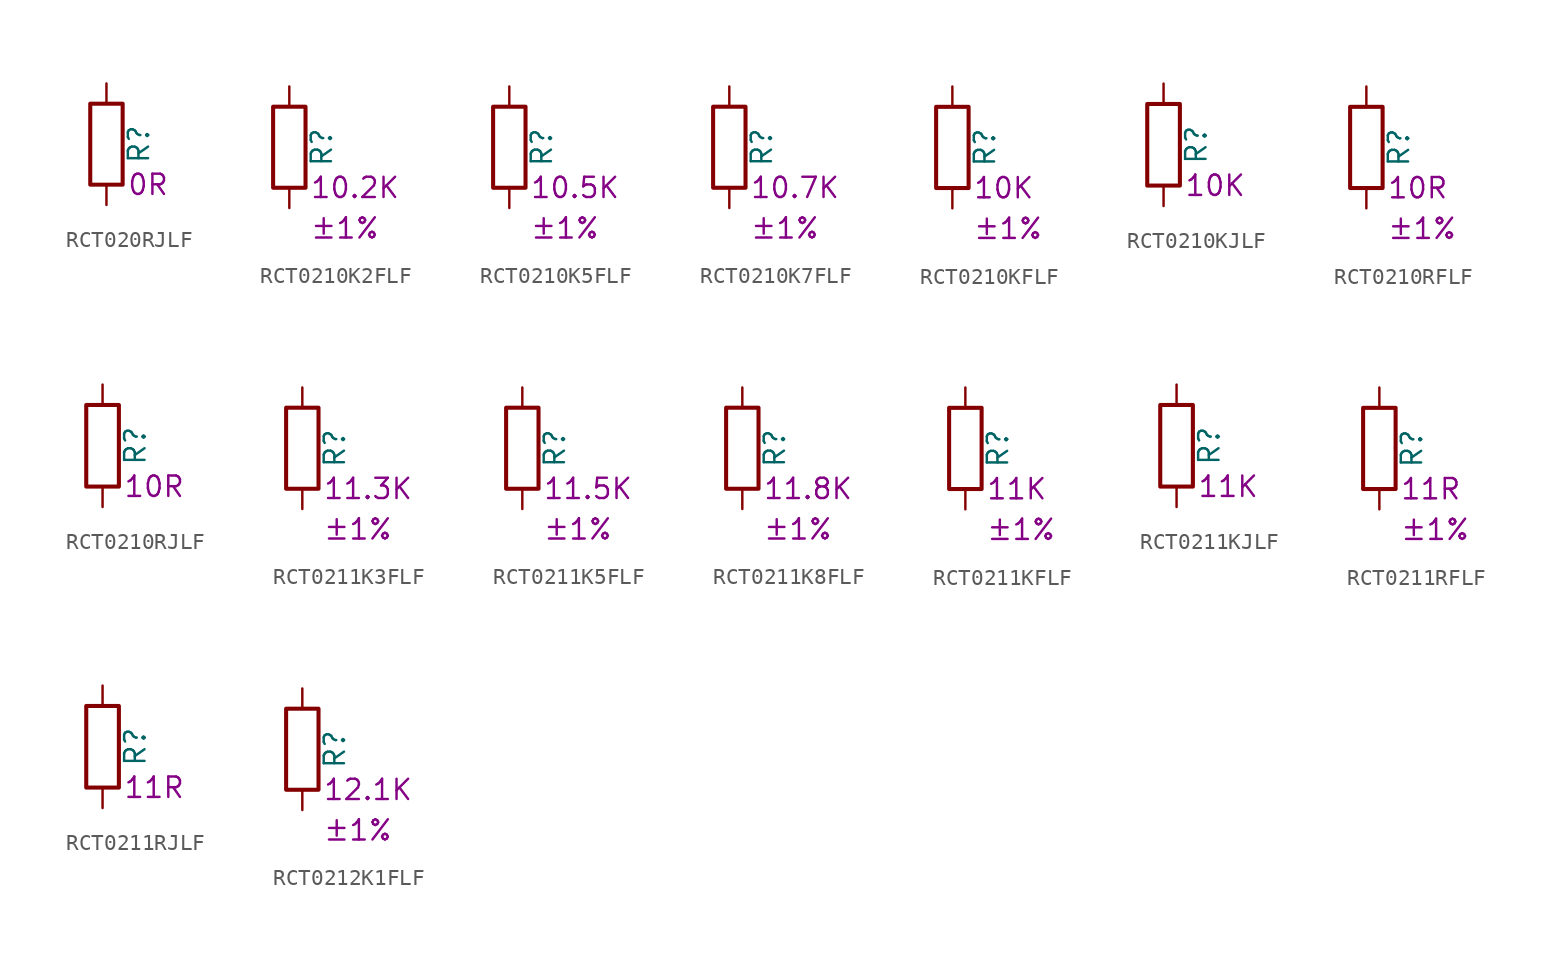
<source format=kicad_sym>
(kicad_symbol_lib
  (version 20220914)
  (generator kicad_symbol_editor)
  (symbol "RCT020RJLF"
    (pin_numbers hide)
    (pin_names
      (offset 0))
    (property "Reference" "R"
      (at 2.032 0 90)
      (effects (font (size 1.27 1.27))))
    (property "Resistance" "0R"
      (at 1.27 -2.54 0)
      (effects (font (size 1.27 1.27)) (justify left)))
    (symbol "RCT020RJLF_0_1"
      (rectangle (start -1.016 -2.54) (end 1.016 2.54) (stroke (width 0.254) (type default)) (fill (type none))))
    (symbol "RCT020RJLF_1_1"
      (pin passive line (at 0 3.81 270) (length 1.27) (name "~" (effects (font (size 1.27 1.27)))) (number "1" (effects (font (size 1.27 1.27)))))
      (pin passive line (at 0 -3.81 90) (length 1.27) (name "~" (effects (font (size 1.27 1.27)))) (number "2" (effects (font (size 1.27 1.27)))))))
  (symbol "RCT0210K2FLF"
    (pin_numbers hide)
    (pin_names
      (offset 0))
    (property "Reference" "R"
      (at 2.032 0 90)
      (effects (font (size 1.27 1.27))))
    (property "Resistance" "10.2K"
      (at 1.27 -2.54 0)
      (effects (font (size 1.27 1.27)) (justify left)))
    (property "Tolerance" "±1%"
      (at 1.27 -5.08 0)
      (effects (font (size 1.27 1.27)) (justify left)))
    (symbol "RCT0210K2FLF_0_1"
      (rectangle (start -1.016 -2.54) (end 1.016 2.54) (stroke (width 0.254) (type default)) (fill (type none))))
    (symbol "RCT0210K2FLF_1_1"
      (pin passive line (at 0 3.81 270) (length 1.27) (name "~" (effects (font (size 1.27 1.27)))) (number "1" (effects (font (size 1.27 1.27)))))
      (pin passive line (at 0 -3.81 90) (length 1.27) (name "~" (effects (font (size 1.27 1.27)))) (number "2" (effects (font (size 1.27 1.27)))))))
  (symbol "RCT0210K5FLF"
    (pin_numbers hide)
    (pin_names
      (offset 0))
    (property "Reference" "R"
      (at 2.032 0 90)
      (effects (font (size 1.27 1.27))))
    (property "Resistance" "10.5K"
      (at 1.27 -2.54 0)
      (effects (font (size 1.27 1.27)) (justify left)))
    (property "Tolerance" "±1%"
      (at 1.27 -5.08 0)
      (effects (font (size 1.27 1.27)) (justify left)))
    (symbol "RCT0210K5FLF_0_1"
      (rectangle (start -1.016 -2.54) (end 1.016 2.54) (stroke (width 0.254) (type default)) (fill (type none))))
    (symbol "RCT0210K5FLF_1_1"
      (pin passive line (at 0 3.81 270) (length 1.27) (name "~" (effects (font (size 1.27 1.27)))) (number "1" (effects (font (size 1.27 1.27)))))
      (pin passive line (at 0 -3.81 90) (length 1.27) (name "~" (effects (font (size 1.27 1.27)))) (number "2" (effects (font (size 1.27 1.27)))))))
  (symbol "RCT0210K7FLF"
    (pin_numbers hide)
    (pin_names
      (offset 0))
    (property "Reference" "R"
      (at 2.032 0 90)
      (effects (font (size 1.27 1.27))))
    (property "Resistance" "10.7K"
      (at 1.27 -2.54 0)
      (effects (font (size 1.27 1.27)) (justify left)))
    (property "Tolerance" "±1%"
      (at 1.27 -5.08 0)
      (effects (font (size 1.27 1.27)) (justify left)))
    (symbol "RCT0210K7FLF_0_1"
      (rectangle (start -1.016 -2.54) (end 1.016 2.54) (stroke (width 0.254) (type default)) (fill (type none))))
    (symbol "RCT0210K7FLF_1_1"
      (pin passive line (at 0 3.81 270) (length 1.27) (name "~" (effects (font (size 1.27 1.27)))) (number "1" (effects (font (size 1.27 1.27)))))
      (pin passive line (at 0 -3.81 90) (length 1.27) (name "~" (effects (font (size 1.27 1.27)))) (number "2" (effects (font (size 1.27 1.27)))))))
  (symbol "RCT0210KFLF"
    (pin_numbers hide)
    (pin_names
      (offset 0))
    (property "Reference" "R"
      (at 2.032 0 90)
      (effects (font (size 1.27 1.27))))
    (property "Resistance" "10K"
      (at 1.27 -2.54 0)
      (effects (font (size 1.27 1.27)) (justify left)))
    (property "Tolerance" "±1%"
      (at 1.27 -5.08 0)
      (effects (font (size 1.27 1.27)) (justify left)))
    (symbol "RCT0210KFLF_0_1"
      (rectangle (start -1.016 -2.54) (end 1.016 2.54) (stroke (width 0.254) (type default)) (fill (type none))))
    (symbol "RCT0210KFLF_1_1"
      (pin passive line (at 0 3.81 270) (length 1.27) (name "~" (effects (font (size 1.27 1.27)))) (number "1" (effects (font (size 1.27 1.27)))))
      (pin passive line (at 0 -3.81 90) (length 1.27) (name "~" (effects (font (size 1.27 1.27)))) (number "2" (effects (font (size 1.27 1.27)))))))
  (symbol "RCT0210KJLF"
    (pin_numbers hide)
    (pin_names
      (offset 0))
    (property "Reference" "R"
      (at 2.032 0 90)
      (effects (font (size 1.27 1.27))))
    (property "Resistance" "10K"
      (at 1.27 -2.54 0)
      (effects (font (size 1.27 1.27)) (justify left)))
    (symbol "RCT0210KJLF_0_1"
      (rectangle (start -1.016 -2.54) (end 1.016 2.54) (stroke (width 0.254) (type default)) (fill (type none))))
    (symbol "RCT0210KJLF_1_1"
      (pin passive line (at 0 3.81 270) (length 1.27) (name "~" (effects (font (size 1.27 1.27)))) (number "1" (effects (font (size 1.27 1.27)))))
      (pin passive line (at 0 -3.81 90) (length 1.27) (name "~" (effects (font (size 1.27 1.27)))) (number "2" (effects (font (size 1.27 1.27)))))))
  (symbol "RCT0210RFLF"
    (pin_numbers hide)
    (pin_names
      (offset 0))
    (property "Reference" "R"
      (at 2.032 0 90)
      (effects (font (size 1.27 1.27))))
    (property "Resistance" "10R"
      (at 1.27 -2.54 0)
      (effects (font (size 1.27 1.27)) (justify left)))
    (property "Tolerance" "±1%"
      (at 1.27 -5.08 0)
      (effects (font (size 1.27 1.27)) (justify left)))
    (symbol "RCT0210RFLF_0_1"
      (rectangle (start -1.016 -2.54) (end 1.016 2.54) (stroke (width 0.254) (type default)) (fill (type none))))
    (symbol "RCT0210RFLF_1_1"
      (pin passive line (at 0 3.81 270) (length 1.27) (name "~" (effects (font (size 1.27 1.27)))) (number "1" (effects (font (size 1.27 1.27)))))
      (pin passive line (at 0 -3.81 90) (length 1.27) (name "~" (effects (font (size 1.27 1.27)))) (number "2" (effects (font (size 1.27 1.27)))))))
  (symbol "RCT0210RJLF"
    (pin_numbers hide)
    (pin_names
      (offset 0))
    (property "Reference" "R"
      (at 2.032 0 90)
      (effects (font (size 1.27 1.27))))
    (property "Resistance" "10R"
      (at 1.27 -2.54 0)
      (effects (font (size 1.27 1.27)) (justify left)))
    (symbol "RCT0210RJLF_0_1"
      (rectangle (start -1.016 -2.54) (end 1.016 2.54) (stroke (width 0.254) (type default)) (fill (type none))))
    (symbol "RCT0210RJLF_1_1"
      (pin passive line (at 0 3.81 270) (length 1.27) (name "~" (effects (font (size 1.27 1.27)))) (number "1" (effects (font (size 1.27 1.27)))))
      (pin passive line (at 0 -3.81 90) (length 1.27) (name "~" (effects (font (size 1.27 1.27)))) (number "2" (effects (font (size 1.27 1.27)))))))
  (symbol "RCT0211K3FLF"
    (pin_numbers hide)
    (pin_names
      (offset 0))
    (property "Reference" "R"
      (at 2.032 0 90)
      (effects (font (size 1.27 1.27))))
    (property "Resistance" "11.3K"
      (at 1.27 -2.54 0)
      (effects (font (size 1.27 1.27)) (justify left)))
    (property "Tolerance" "±1%"
      (at 1.27 -5.08 0)
      (effects (font (size 1.27 1.27)) (justify left)))
    (symbol "RCT0211K3FLF_0_1"
      (rectangle (start -1.016 -2.54) (end 1.016 2.54) (stroke (width 0.254) (type default)) (fill (type none))))
    (symbol "RCT0211K3FLF_1_1"
      (pin passive line (at 0 3.81 270) (length 1.27) (name "~" (effects (font (size 1.27 1.27)))) (number "1" (effects (font (size 1.27 1.27)))))
      (pin passive line (at 0 -3.81 90) (length 1.27) (name "~" (effects (font (size 1.27 1.27)))) (number "2" (effects (font (size 1.27 1.27)))))))
  (symbol "RCT0211K5FLF"
    (pin_numbers hide)
    (pin_names
      (offset 0))
    (property "Reference" "R"
      (at 2.032 0 90)
      (effects (font (size 1.27 1.27))))
    (property "Resistance" "11.5K"
      (at 1.27 -2.54 0)
      (effects (font (size 1.27 1.27)) (justify left)))
    (property "Tolerance" "±1%"
      (at 1.27 -5.08 0)
      (effects (font (size 1.27 1.27)) (justify left)))
    (symbol "RCT0211K5FLF_0_1"
      (rectangle (start -1.016 -2.54) (end 1.016 2.54) (stroke (width 0.254) (type default)) (fill (type none))))
    (symbol "RCT0211K5FLF_1_1"
      (pin passive line (at 0 3.81 270) (length 1.27) (name "~" (effects (font (size 1.27 1.27)))) (number "1" (effects (font (size 1.27 1.27)))))
      (pin passive line (at 0 -3.81 90) (length 1.27) (name "~" (effects (font (size 1.27 1.27)))) (number "2" (effects (font (size 1.27 1.27)))))))
  (symbol "RCT0211K8FLF"
    (pin_numbers hide)
    (pin_names
      (offset 0))
    (property "Reference" "R"
      (at 2.032 0 90)
      (effects (font (size 1.27 1.27))))
    (property "Resistance" "11.8K"
      (at 1.27 -2.54 0)
      (effects (font (size 1.27 1.27)) (justify left)))
    (property "Tolerance" "±1%"
      (at 1.27 -5.08 0)
      (effects (font (size 1.27 1.27)) (justify left)))
    (symbol "RCT0211K8FLF_0_1"
      (rectangle (start -1.016 -2.54) (end 1.016 2.54) (stroke (width 0.254) (type default)) (fill (type none))))
    (symbol "RCT0211K8FLF_1_1"
      (pin passive line (at 0 3.81 270) (length 1.27) (name "~" (effects (font (size 1.27 1.27)))) (number "1" (effects (font (size 1.27 1.27)))))
      (pin passive line (at 0 -3.81 90) (length 1.27) (name "~" (effects (font (size 1.27 1.27)))) (number "2" (effects (font (size 1.27 1.27)))))))
  (symbol "RCT0211KFLF"
    (pin_numbers hide)
    (pin_names
      (offset 0))
    (property "Reference" "R"
      (at 2.032 0 90)
      (effects (font (size 1.27 1.27))))
    (property "Resistance" "11K"
      (at 1.27 -2.54 0)
      (effects (font (size 1.27 1.27)) (justify left)))
    (property "Tolerance" "±1%"
      (at 1.27 -5.08 0)
      (effects (font (size 1.27 1.27)) (justify left)))
    (symbol "RCT0211KFLF_0_1"
      (rectangle (start -1.016 -2.54) (end 1.016 2.54) (stroke (width 0.254) (type default)) (fill (type none))))
    (symbol "RCT0211KFLF_1_1"
      (pin passive line (at 0 3.81 270) (length 1.27) (name "~" (effects (font (size 1.27 1.27)))) (number "1" (effects (font (size 1.27 1.27)))))
      (pin passive line (at 0 -3.81 90) (length 1.27) (name "~" (effects (font (size 1.27 1.27)))) (number "2" (effects (font (size 1.27 1.27)))))))
  (symbol "RCT0211KJLF"
    (pin_numbers hide)
    (pin_names
      (offset 0))
    (property "Reference" "R"
      (at 2.032 0 90)
      (effects (font (size 1.27 1.27))))
    (property "Resistance" "11K"
      (at 1.27 -2.54 0)
      (effects (font (size 1.27 1.27)) (justify left)))
    (symbol "RCT0211KJLF_0_1"
      (rectangle (start -1.016 -2.54) (end 1.016 2.54) (stroke (width 0.254) (type default)) (fill (type none))))
    (symbol "RCT0211KJLF_1_1"
      (pin passive line (at 0 3.81 270) (length 1.27) (name "~" (effects (font (size 1.27 1.27)))) (number "1" (effects (font (size 1.27 1.27)))))
      (pin passive line (at 0 -3.81 90) (length 1.27) (name "~" (effects (font (size 1.27 1.27)))) (number "2" (effects (font (size 1.27 1.27)))))))
  (symbol "RCT0211RFLF"
    (pin_numbers hide)
    (pin_names
      (offset 0))
    (property "Reference" "R"
      (at 2.032 0 90)
      (effects (font (size 1.27 1.27))))
    (property "Resistance" "11R"
      (at 1.27 -2.54 0)
      (effects (font (size 1.27 1.27)) (justify left)))
    (property "Tolerance" "±1%"
      (at 1.27 -5.08 0)
      (effects (font (size 1.27 1.27)) (justify left)))
    (symbol "RCT0211RFLF_0_1"
      (rectangle (start -1.016 -2.54) (end 1.016 2.54) (stroke (width 0.254) (type default)) (fill (type none))))
    (symbol "RCT0211RFLF_1_1"
      (pin passive line (at 0 3.81 270) (length 1.27) (name "~" (effects (font (size 1.27 1.27)))) (number "1" (effects (font (size 1.27 1.27)))))
      (pin passive line (at 0 -3.81 90) (length 1.27) (name "~" (effects (font (size 1.27 1.27)))) (number "2" (effects (font (size 1.27 1.27)))))))
  (symbol "RCT0211RJLF"
    (pin_numbers hide)
    (pin_names
      (offset 0))
    (property "Reference" "R"
      (at 2.032 0 90)
      (effects (font (size 1.27 1.27))))
    (property "Resistance" "11R"
      (at 1.27 -2.54 0)
      (effects (font (size 1.27 1.27)) (justify left)))
    (symbol "RCT0211RJLF_0_1"
      (rectangle (start -1.016 -2.54) (end 1.016 2.54) (stroke (width 0.254) (type default)) (fill (type none))))
    (symbol "RCT0211RJLF_1_1"
      (pin passive line (at 0 3.81 270) (length 1.27) (name "~" (effects (font (size 1.27 1.27)))) (number "1" (effects (font (size 1.27 1.27)))))
      (pin passive line (at 0 -3.81 90) (length 1.27) (name "~" (effects (font (size 1.27 1.27)))) (number "2" (effects (font (size 1.27 1.27)))))))
  (symbol "RCT0212K1FLF"
    (pin_numbers hide)
    (pin_names
      (offset 0))
    (property "Reference" "R"
      (at 2.032 0 90)
      (effects (font (size 1.27 1.27))))
    (property "Resistance" "12.1K"
      (at 1.27 -2.54 0)
      (effects (font (size 1.27 1.27)) (justify left)))
    (property "Tolerance" "±1%"
      (at 1.27 -5.08 0)
      (effects (font (size 1.27 1.27)) (justify left)))
    (symbol "RCT0212K1FLF_0_1"
      (rectangle (start -1.016 -2.54) (end 1.016 2.54) (stroke (width 0.254) (type default)) (fill (type none))))
    (symbol "RCT0212K1FLF_1_1"
      (pin passive line (at 0 3.81 270) (length 1.27) (name "~" (effects (font (size 1.27 1.27)))) (number "1" (effects (font (size 1.27 1.27)))))
      (pin passive line (at 0 -3.81 90) (length 1.27) (name "~" (effects (font (size 1.27 1.27)))) (number "2" (effects (font (size 1.27 1.27))))))))
</source>
